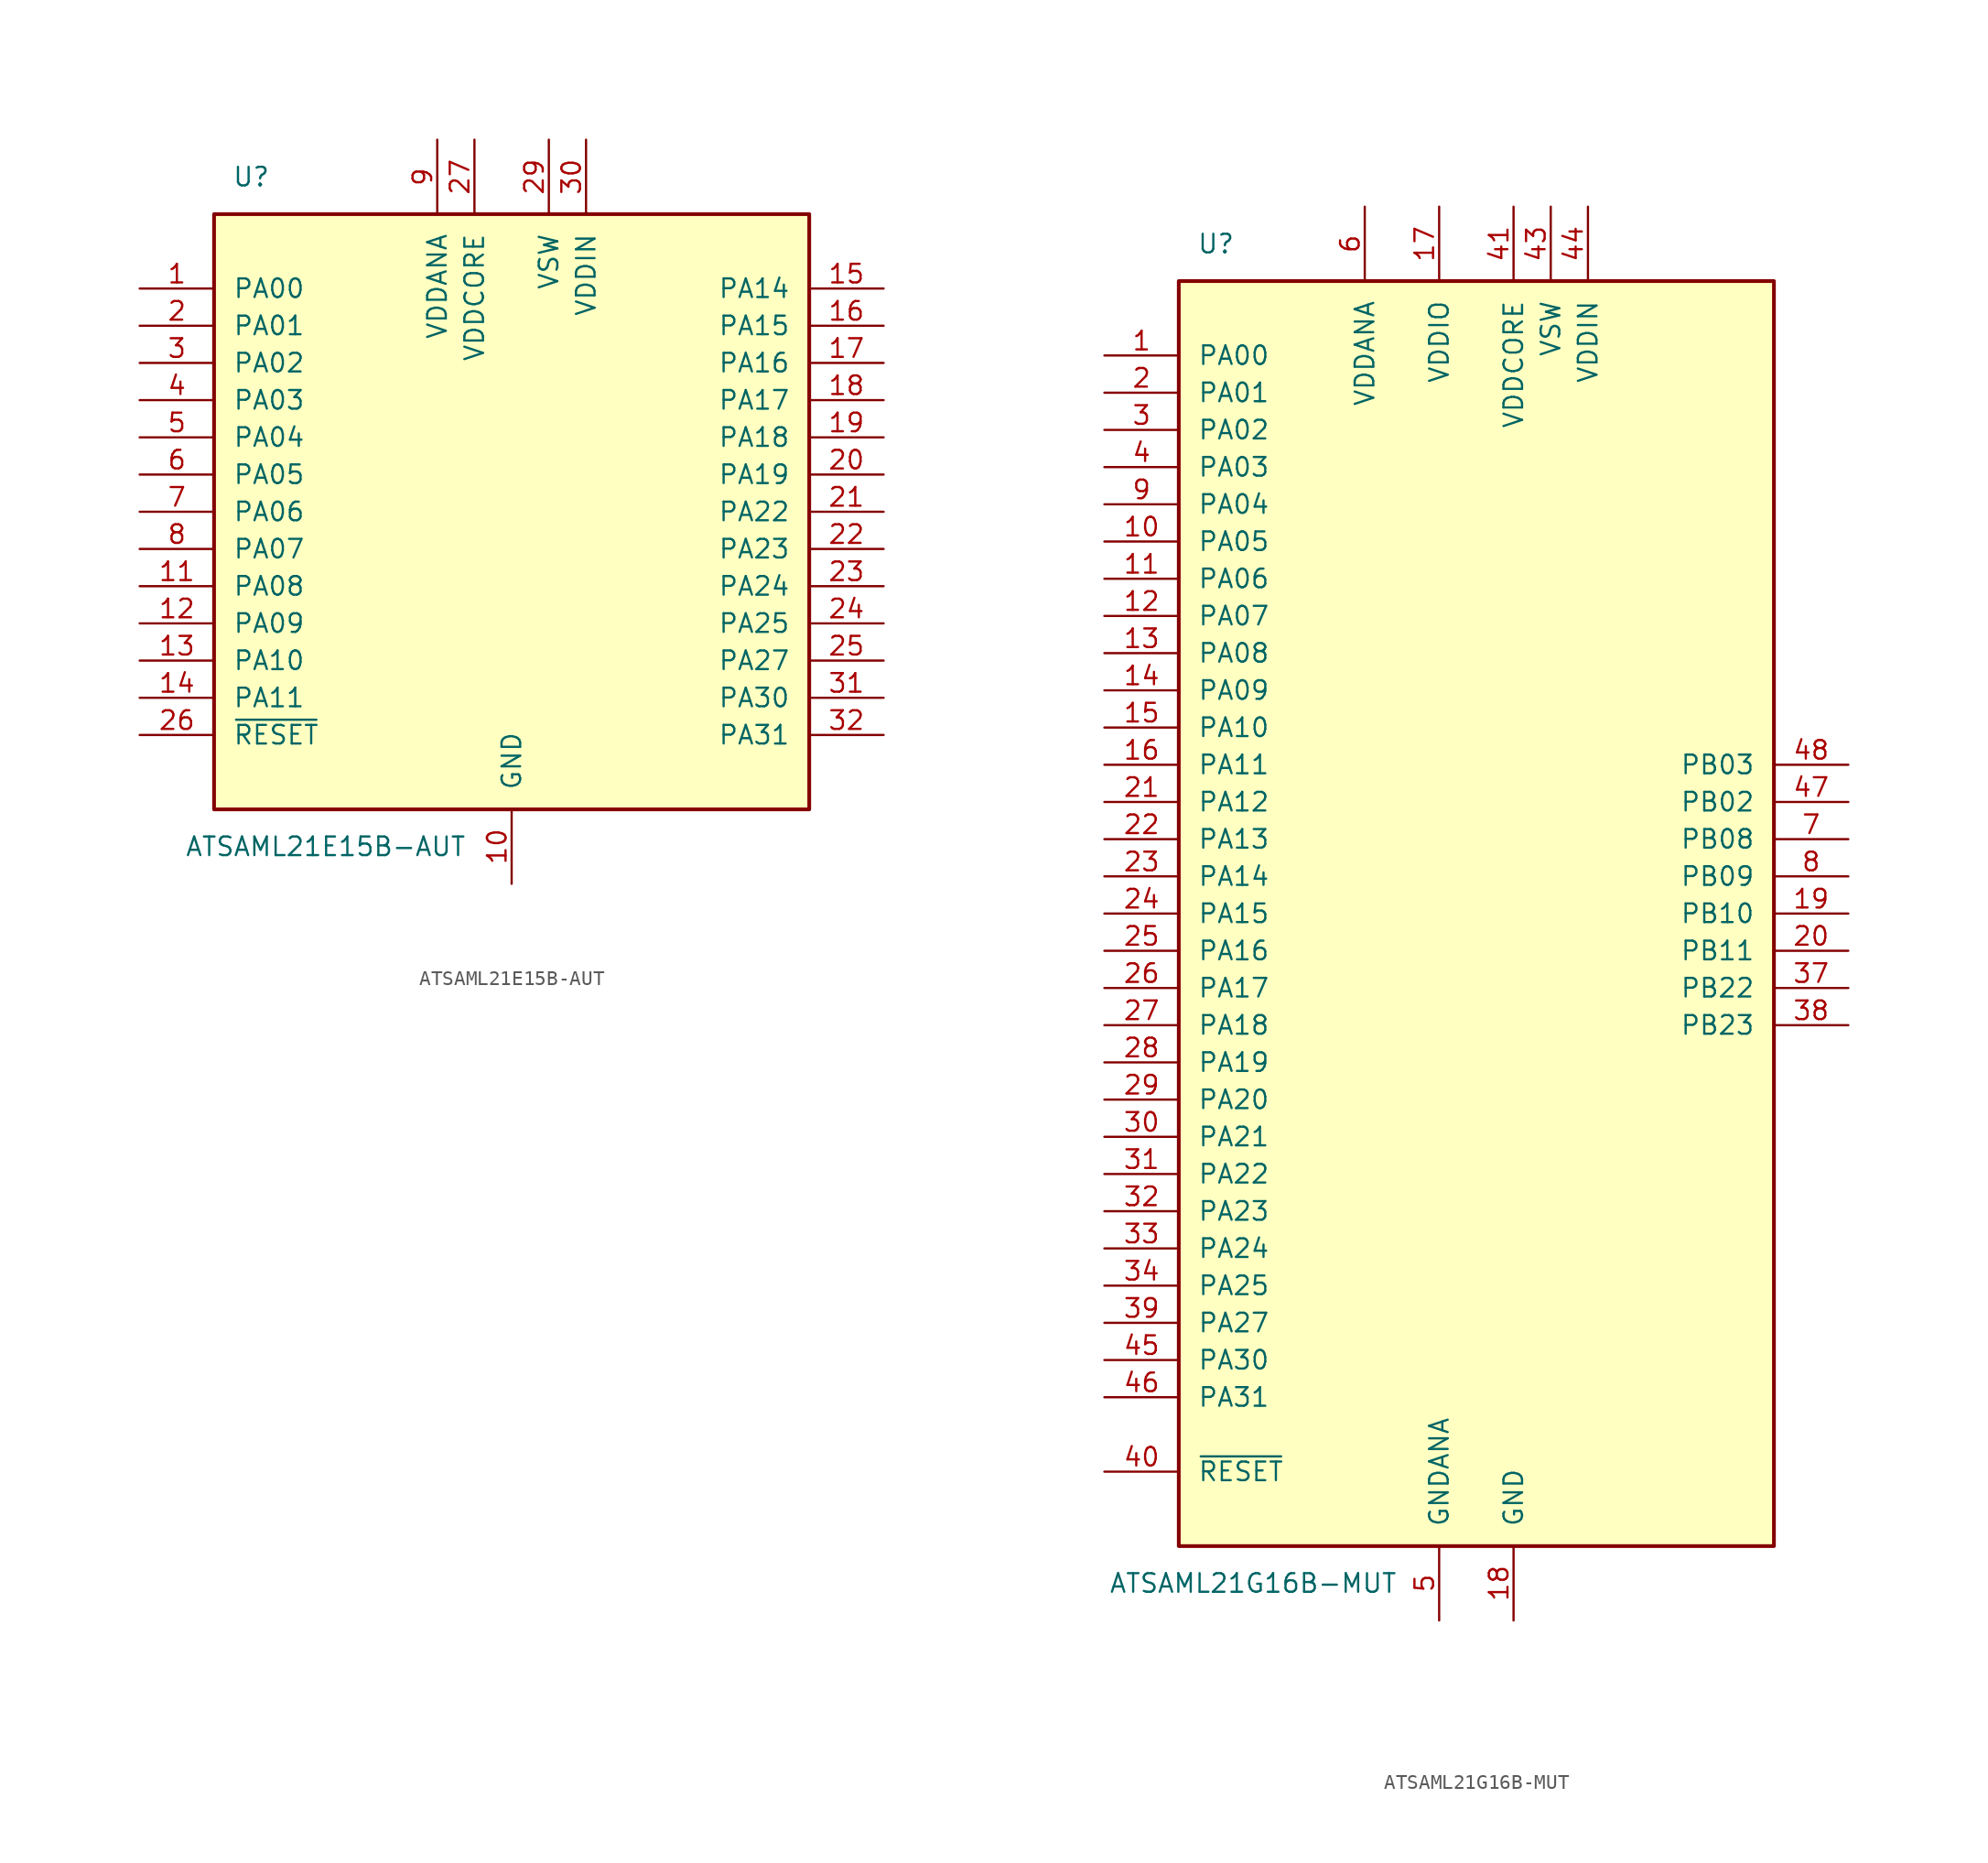
<source format=kicad_sym>
(kicad_symbol_lib
  (version 20201005)
  (generator kicad_symbol_editor)
  (symbol "ATSAML21E15B-AUT"
    (pin_names
      (offset 1.27))
    (property "Reference" "U"
      (at -17.78 22.86 0)
      (effects (font (size 1.27 1.27))))
    (property "Value" "ATSAML21E15B-AUT"
      (at -12.7 -22.86 0)
      (effects (font (size 1.27 1.27))))
    (symbol "ATSAML21E15B-AUT_0_1"
      (rectangle (start -20.32 20.32) (end 20.32 -20.32) (stroke (width 0.254)) (fill (type background))))
    (symbol "ATSAML21E15B-AUT_1_1"
      (pin bidirectional line (at -25.4 15.24 0) (length 5.08) (name "PA00" (effects (font (size 1.27 1.27)))) (number "1" (effects (font (size 1.27 1.27)))))
      (pin power_in line (at 0 -25.4 90) (length 5.08) (name "GND" (effects (font (size 1.27 1.27)))) (number "10" (effects (font (size 1.27 1.27)))))
      (pin bidirectional line (at -25.4 -5.08 0) (length 5.08) (name "PA08" (effects (font (size 1.27 1.27)))) (number "11" (effects (font (size 1.27 1.27)))))
      (pin bidirectional line (at -25.4 -7.62 0) (length 5.08) (name "PA09" (effects (font (size 1.27 1.27)))) (number "12" (effects (font (size 1.27 1.27)))))
      (pin bidirectional line (at -25.4 -10.16 0) (length 5.08) (name "PA10" (effects (font (size 1.27 1.27)))) (number "13" (effects (font (size 1.27 1.27)))))
      (pin bidirectional line (at -25.4 -12.7 0) (length 5.08) (name "PA11" (effects (font (size 1.27 1.27)))) (number "14" (effects (font (size 1.27 1.27)))))
      (pin bidirectional line (at 25.4 15.24 180) (length 5.08) (name "PA14" (effects (font (size 1.27 1.27)))) (number "15" (effects (font (size 1.27 1.27)))))
      (pin bidirectional line (at 25.4 12.7 180) (length 5.08) (name "PA15" (effects (font (size 1.27 1.27)))) (number "16" (effects (font (size 1.27 1.27)))))
      (pin bidirectional line (at 25.4 10.16 180) (length 5.08) (name "PA16" (effects (font (size 1.27 1.27)))) (number "17" (effects (font (size 1.27 1.27)))))
      (pin bidirectional line (at 25.4 7.62 180) (length 5.08) (name "PA17" (effects (font (size 1.27 1.27)))) (number "18" (effects (font (size 1.27 1.27)))))
      (pin bidirectional line (at 25.4 5.08 180) (length 5.08) (name "PA18" (effects (font (size 1.27 1.27)))) (number "19" (effects (font (size 1.27 1.27)))))
      (pin bidirectional line (at -25.4 12.7 0) (length 5.08) (name "PA01" (effects (font (size 1.27 1.27)))) (number "2" (effects (font (size 1.27 1.27)))))
      (pin bidirectional line (at 25.4 2.54 180) (length 5.08) (name "PA19" (effects (font (size 1.27 1.27)))) (number "20" (effects (font (size 1.27 1.27)))))
      (pin bidirectional line (at 25.4 0 180) (length 5.08) (name "PA22" (effects (font (size 1.27 1.27)))) (number "21" (effects (font (size 1.27 1.27)))))
      (pin bidirectional line (at 25.4 -2.54 180) (length 5.08) (name "PA23" (effects (font (size 1.27 1.27)))) (number "22" (effects (font (size 1.27 1.27)))))
      (pin bidirectional line (at 25.4 -5.08 180) (length 5.08) (name "PA24" (effects (font (size 1.27 1.27)))) (number "23" (effects (font (size 1.27 1.27)))))
      (pin bidirectional line (at 25.4 -7.62 180) (length 5.08) (name "PA25" (effects (font (size 1.27 1.27)))) (number "24" (effects (font (size 1.27 1.27)))))
      (pin bidirectional line (at 25.4 -10.16 180) (length 5.08) (name "PA27" (effects (font (size 1.27 1.27)))) (number "25" (effects (font (size 1.27 1.27)))))
      (pin input line (at -25.4 -15.24 0) (length 5.08) (name "~RESET" (effects (font (size 1.27 1.27)))) (number "26" (effects (font (size 1.27 1.27)))))
      (pin power_in line (at -2.54 25.4 270) (length 5.08) (name "VDDCORE" (effects (font (size 1.27 1.27)))) (number "27" (effects (font (size 1.27 1.27)))))
      (pin passive line (at 0 -25.4 90) (length 5.08) hide (name "GND" (effects (font (size 1.27 1.27)))) (number "28" (effects (font (size 1.27 1.27)))))
      (pin power_out line (at 2.54 25.4 270) (length 5.08) (name "VSW" (effects (font (size 1.27 1.27)))) (number "29" (effects (font (size 1.27 1.27)))))
      (pin bidirectional line (at -25.4 10.16 0) (length 5.08) (name "PA02" (effects (font (size 1.27 1.27)))) (number "3" (effects (font (size 1.27 1.27)))))
      (pin power_in line (at 5.08 25.4 270) (length 5.08) (name "VDDIN" (effects (font (size 1.27 1.27)))) (number "30" (effects (font (size 1.27 1.27)))))
      (pin bidirectional line (at 25.4 -12.7 180) (length 5.08) (name "PA30" (effects (font (size 1.27 1.27)))) (number "31" (effects (font (size 1.27 1.27)))))
      (pin bidirectional line (at 25.4 -15.24 180) (length 5.08) (name "PA31" (effects (font (size 1.27 1.27)))) (number "32" (effects (font (size 1.27 1.27)))))
      (pin bidirectional line (at -25.4 7.62 0) (length 5.08) (name "PA03" (effects (font (size 1.27 1.27)))) (number "4" (effects (font (size 1.27 1.27)))))
      (pin bidirectional line (at -25.4 5.08 0) (length 5.08) (name "PA04" (effects (font (size 1.27 1.27)))) (number "5" (effects (font (size 1.27 1.27)))))
      (pin bidirectional line (at -25.4 2.54 0) (length 5.08) (name "PA05" (effects (font (size 1.27 1.27)))) (number "6" (effects (font (size 1.27 1.27)))))
      (pin bidirectional line (at -25.4 0 0) (length 5.08) (name "PA06" (effects (font (size 1.27 1.27)))) (number "7" (effects (font (size 1.27 1.27)))))
      (pin bidirectional line (at -25.4 -2.54 0) (length 5.08) (name "PA07" (effects (font (size 1.27 1.27)))) (number "8" (effects (font (size 1.27 1.27)))))
      (pin power_in line (at -5.08 25.4 270) (length 5.08) (name "VDDANA" (effects (font (size 1.27 1.27)))) (number "9" (effects (font (size 1.27 1.27)))))))
  (symbol "ATSAML21G16B-MUT"
    (pin_names
      (offset 1.27))
    (property "Reference" "U"
      (at -17.78 45.72 0)
      (effects (font (size 1.27 1.27))))
    (property "Value" "ATSAML21G16B-MUT"
      (at -15.24 -45.72 0)
      (effects (font (size 1.27 1.27))))
    (symbol "ATSAML21G16B-MUT_0_1"
      (rectangle (start -20.32 43.18) (end 20.32 -43.18) (stroke (width 0.254)) (fill (type background))))
    (symbol "ATSAML21G16B-MUT_1_1"
      (pin bidirectional line (at -25.4 38.1 0) (length 5.08) (name "PA00" (effects (font (size 1.27 1.27)))) (number "1" (effects (font (size 1.27 1.27)))))
      (pin bidirectional line (at -25.4 25.4 0) (length 5.08) (name "PA05" (effects (font (size 1.27 1.27)))) (number "10" (effects (font (size 1.27 1.27)))))
      (pin bidirectional line (at -25.4 22.86 0) (length 5.08) (name "PA06" (effects (font (size 1.27 1.27)))) (number "11" (effects (font (size 1.27 1.27)))))
      (pin bidirectional line (at -25.4 20.32 0) (length 5.08) (name "PA07" (effects (font (size 1.27 1.27)))) (number "12" (effects (font (size 1.27 1.27)))))
      (pin bidirectional line (at -25.4 17.78 0) (length 5.08) (name "PA08" (effects (font (size 1.27 1.27)))) (number "13" (effects (font (size 1.27 1.27)))))
      (pin bidirectional line (at -25.4 15.24 0) (length 5.08) (name "PA09" (effects (font (size 1.27 1.27)))) (number "14" (effects (font (size 1.27 1.27)))))
      (pin bidirectional line (at -25.4 12.7 0) (length 5.08) (name "PA10" (effects (font (size 1.27 1.27)))) (number "15" (effects (font (size 1.27 1.27)))))
      (pin bidirectional line (at -25.4 10.16 0) (length 5.08) (name "PA11" (effects (font (size 1.27 1.27)))) (number "16" (effects (font (size 1.27 1.27)))))
      (pin power_in line (at -2.54 48.26 270) (length 5.08) (name "VDDIO" (effects (font (size 1.27 1.27)))) (number "17" (effects (font (size 1.27 1.27)))))
      (pin power_in line (at 2.54 -48.26 90) (length 5.08) (name "GND" (effects (font (size 1.27 1.27)))) (number "18" (effects (font (size 1.27 1.27)))))
      (pin bidirectional line (at 25.4 0 180) (length 5.08) (name "PB10" (effects (font (size 1.27 1.27)))) (number "19" (effects (font (size 1.27 1.27)))))
      (pin bidirectional line (at -25.4 35.56 0) (length 5.08) (name "PA01" (effects (font (size 1.27 1.27)))) (number "2" (effects (font (size 1.27 1.27)))))
      (pin bidirectional line (at 25.4 -2.54 180) (length 5.08) (name "PB11" (effects (font (size 1.27 1.27)))) (number "20" (effects (font (size 1.27 1.27)))))
      (pin bidirectional line (at -25.4 7.62 0) (length 5.08) (name "PA12" (effects (font (size 1.27 1.27)))) (number "21" (effects (font (size 1.27 1.27)))))
      (pin bidirectional line (at -25.4 5.08 0) (length 5.08) (name "PA13" (effects (font (size 1.27 1.27)))) (number "22" (effects (font (size 1.27 1.27)))))
      (pin bidirectional line (at -25.4 2.54 0) (length 5.08) (name "PA14" (effects (font (size 1.27 1.27)))) (number "23" (effects (font (size 1.27 1.27)))))
      (pin bidirectional line (at -25.4 0 0) (length 5.08) (name "PA15" (effects (font (size 1.27 1.27)))) (number "24" (effects (font (size 1.27 1.27)))))
      (pin bidirectional line (at -25.4 -2.54 0) (length 5.08) (name "PA16" (effects (font (size 1.27 1.27)))) (number "25" (effects (font (size 1.27 1.27)))))
      (pin bidirectional line (at -25.4 -5.08 0) (length 5.08) (name "PA17" (effects (font (size 1.27 1.27)))) (number "26" (effects (font (size 1.27 1.27)))))
      (pin bidirectional line (at -25.4 -7.62 0) (length 5.08) (name "PA18" (effects (font (size 1.27 1.27)))) (number "27" (effects (font (size 1.27 1.27)))))
      (pin bidirectional line (at -25.4 -10.16 0) (length 5.08) (name "PA19" (effects (font (size 1.27 1.27)))) (number "28" (effects (font (size 1.27 1.27)))))
      (pin bidirectional line (at -25.4 -12.7 0) (length 5.08) (name "PA20" (effects (font (size 1.27 1.27)))) (number "29" (effects (font (size 1.27 1.27)))))
      (pin bidirectional line (at -25.4 33.02 0) (length 5.08) (name "PA02" (effects (font (size 1.27 1.27)))) (number "3" (effects (font (size 1.27 1.27)))))
      (pin bidirectional line (at -25.4 -15.24 0) (length 5.08) (name "PA21" (effects (font (size 1.27 1.27)))) (number "30" (effects (font (size 1.27 1.27)))))
      (pin bidirectional line (at -25.4 -17.78 0) (length 5.08) (name "PA22" (effects (font (size 1.27 1.27)))) (number "31" (effects (font (size 1.27 1.27)))))
      (pin bidirectional line (at -25.4 -20.32 0) (length 5.08) (name "PA23" (effects (font (size 1.27 1.27)))) (number "32" (effects (font (size 1.27 1.27)))))
      (pin bidirectional line (at -25.4 -22.86 0) (length 5.08) (name "PA24" (effects (font (size 1.27 1.27)))) (number "33" (effects (font (size 1.27 1.27)))))
      (pin bidirectional line (at -25.4 -25.4 0) (length 5.08) (name "PA25" (effects (font (size 1.27 1.27)))) (number "34" (effects (font (size 1.27 1.27)))))
      (pin passive line (at 2.54 -48.26 90) (length 5.08) hide (name "GND" (effects (font (size 1.27 1.27)))) (number "35" (effects (font (size 1.27 1.27)))))
      (pin passive line (at -2.54 48.26 270) (length 5.08) hide (name "VDDIO" (effects (font (size 1.27 1.27)))) (number "36" (effects (font (size 1.27 1.27)))))
      (pin bidirectional line (at 25.4 -5.08 180) (length 5.08) (name "PB22" (effects (font (size 1.27 1.27)))) (number "37" (effects (font (size 1.27 1.27)))))
      (pin bidirectional line (at 25.4 -7.62 180) (length 5.08) (name "PB23" (effects (font (size 1.27 1.27)))) (number "38" (effects (font (size 1.27 1.27)))))
      (pin bidirectional line (at -25.4 -27.94 0) (length 5.08) (name "PA27" (effects (font (size 1.27 1.27)))) (number "39" (effects (font (size 1.27 1.27)))))
      (pin bidirectional line (at -25.4 30.48 0) (length 5.08) (name "PA03" (effects (font (size 1.27 1.27)))) (number "4" (effects (font (size 1.27 1.27)))))
      (pin input line (at -25.4 -38.1 0) (length 5.08) (name "~RESET" (effects (font (size 1.27 1.27)))) (number "40" (effects (font (size 1.27 1.27)))))
      (pin power_in line (at 2.54 48.26 270) (length 5.08) (name "VDDCORE" (effects (font (size 1.27 1.27)))) (number "41" (effects (font (size 1.27 1.27)))))
      (pin passive line (at 2.54 -48.26 90) (length 5.08) hide (name "GND" (effects (font (size 1.27 1.27)))) (number "42" (effects (font (size 1.27 1.27)))))
      (pin power_out line (at 5.08 48.26 270) (length 5.08) (name "VSW" (effects (font (size 1.27 1.27)))) (number "43" (effects (font (size 1.27 1.27)))))
      (pin power_in line (at 7.62 48.26 270) (length 5.08) (name "VDDIN" (effects (font (size 1.27 1.27)))) (number "44" (effects (font (size 1.27 1.27)))))
      (pin bidirectional line (at -25.4 -30.48 0) (length 5.08) (name "PA30" (effects (font (size 1.27 1.27)))) (number "45" (effects (font (size 1.27 1.27)))))
      (pin bidirectional line (at -25.4 -33.02 0) (length 5.08) (name "PA31" (effects (font (size 1.27 1.27)))) (number "46" (effects (font (size 1.27 1.27)))))
      (pin bidirectional line (at 25.4 7.62 180) (length 5.08) (name "PB02" (effects (font (size 1.27 1.27)))) (number "47" (effects (font (size 1.27 1.27)))))
      (pin bidirectional line (at 25.4 10.16 180) (length 5.08) (name "PB03" (effects (font (size 1.27 1.27)))) (number "48" (effects (font (size 1.27 1.27)))))
      (pin power_in line (at -2.54 -48.26 90) (length 5.08) (name "GNDANA" (effects (font (size 1.27 1.27)))) (number "5" (effects (font (size 1.27 1.27)))))
      (pin power_in line (at -7.62 48.26 270) (length 5.08) (name "VDDANA" (effects (font (size 1.27 1.27)))) (number "6" (effects (font (size 1.27 1.27)))))
      (pin bidirectional line (at 25.4 5.08 180) (length 5.08) (name "PB08" (effects (font (size 1.27 1.27)))) (number "7" (effects (font (size 1.27 1.27)))))
      (pin bidirectional line (at 25.4 2.54 180) (length 5.08) (name "PB09" (effects (font (size 1.27 1.27)))) (number "8" (effects (font (size 1.27 1.27)))))
      (pin bidirectional line (at -25.4 27.94 0) (length 5.08) (name "PA04" (effects (font (size 1.27 1.27)))) (number "9" (effects (font (size 1.27 1.27))))))))
</source>
